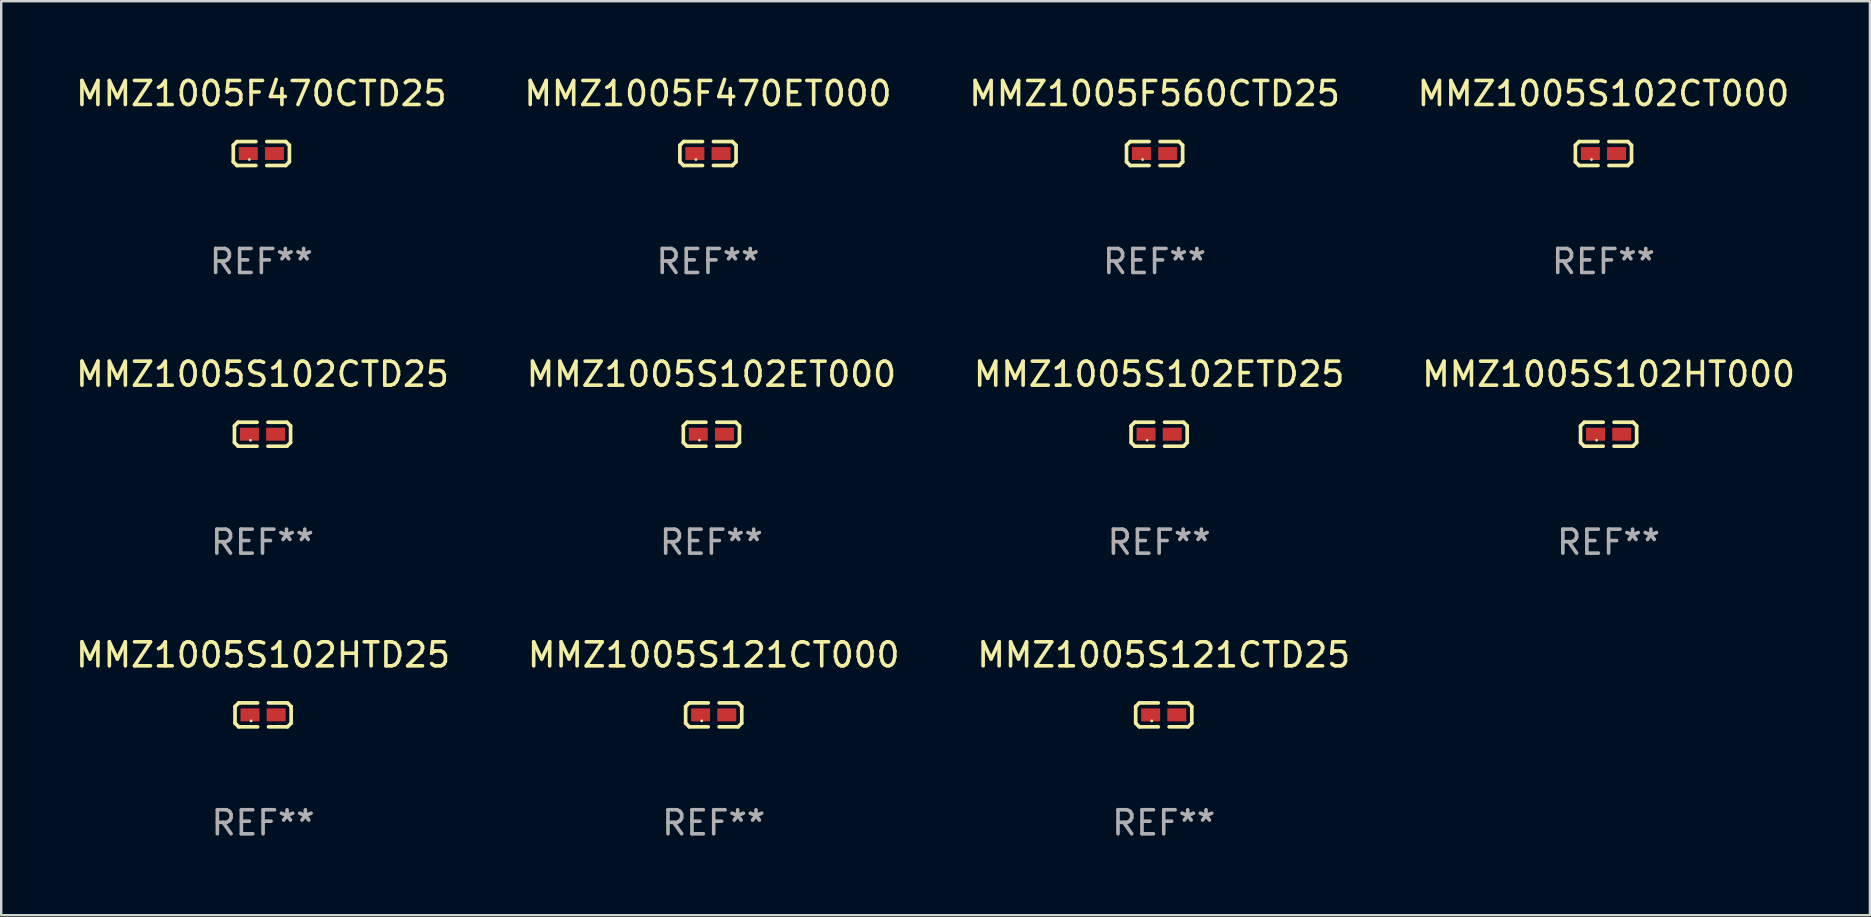
<source format=kicad_pcb>
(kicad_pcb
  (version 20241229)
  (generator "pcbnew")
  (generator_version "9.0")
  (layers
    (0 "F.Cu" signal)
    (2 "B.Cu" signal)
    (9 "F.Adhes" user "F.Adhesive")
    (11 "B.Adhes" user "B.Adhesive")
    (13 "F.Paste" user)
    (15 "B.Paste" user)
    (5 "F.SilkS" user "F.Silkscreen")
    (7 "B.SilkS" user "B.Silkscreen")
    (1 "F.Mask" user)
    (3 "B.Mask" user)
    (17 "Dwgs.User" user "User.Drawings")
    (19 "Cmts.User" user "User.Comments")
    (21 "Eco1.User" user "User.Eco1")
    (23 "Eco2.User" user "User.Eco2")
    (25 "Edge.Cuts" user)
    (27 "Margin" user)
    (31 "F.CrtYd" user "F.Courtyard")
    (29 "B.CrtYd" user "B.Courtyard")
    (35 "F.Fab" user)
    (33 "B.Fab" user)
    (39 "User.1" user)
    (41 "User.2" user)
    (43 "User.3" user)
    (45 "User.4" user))
  (footprint "MMZ1005S102CTD25"
    (layer "F.Cu")
    (at 7.887 15.041)
    (property "Reference" "MMZ1005S102CTD25" (at 0 -2.499 0) (layer "F.SilkS") (effects (font (size 1 1) (thickness 0.15))))
    (attr through_hole)
    (fp_line (start -1.169 -0.346) (end -1.016 -0.499) (stroke (width 0.152) (type solid)) (layer "F.SilkS"))
    (fp_line (start -1.169 0.346) (end -1.169 -0.346) (stroke (width 0.152) (type solid)) (layer "F.SilkS"))
    (fp_line (start -1.016 -0.499) (end -0.226 -0.499) (stroke (width 0.152) (type solid)) (layer "F.SilkS"))
    (fp_line (start -1.016 0.499) (end -1.169 0.346) (stroke (width 0.152) (type solid)) (layer "F.SilkS"))
    (fp_line (start -0.226 0.499) (end -1.016 0.499) (stroke (width 0.152) (type solid)) (layer "F.SilkS"))
    (fp_line (start 0.226 0.499) (end 1.016 0.499) (stroke (width 0.152) (type solid)) (layer "F.SilkS"))
    (fp_line (start 1.016 -0.499) (end 0.226 -0.499) (stroke (width 0.152) (type solid)) (layer "F.SilkS"))
    (fp_line (start 1.016 0.499) (end 1.169 0.346) (stroke (width 0.152) (type solid)) (layer "F.SilkS"))
    (fp_line (start 1.169 -0.346) (end 1.016 -0.499) (stroke (width 0.152) (type solid)) (layer "F.SilkS"))
    (fp_line (start 1.169 0.346) (end 1.169 -0.346) (stroke (width 0.152) (type solid)) (layer "F.SilkS"))
    (fp_circle (center -0.5 0.25) (end -0.47 0.25) (stroke (width 0.06) (type solid)) (fill no) (layer "F.SilkS"))
    (fp_text user "REF**" (at 0 4.499 0) (layer "F.Fab") (effects (font (size 1 1) (thickness 0.15))))
    (pad "1" smd rect (at -0.545 0) (size 0.79 0.54) (layers "F.Cu" "F.Mask" "F.Paste"))
    (pad "2" smd rect (at 0.545 0) (size 0.79 0.54) (layers "F.Cu" "F.Mask" "F.Paste")))
  (footprint "MMZ1005S121CT000"
    (layer "F.Cu")
    (at 26.685 26.734)
    (property "Reference" "MMZ1005S121CT000" (at 0 -2.499 0) (layer "F.SilkS") (effects (font (size 1 1) (thickness 0.15))))
    (attr through_hole)
    (fp_line (start -1.169 -0.346) (end -1.016 -0.499) (stroke (width 0.152) (type solid)) (layer "F.SilkS"))
    (fp_line (start -1.169 0.346) (end -1.169 -0.346) (stroke (width 0.152) (type solid)) (layer "F.SilkS"))
    (fp_line (start -1.016 -0.499) (end -0.226 -0.499) (stroke (width 0.152) (type solid)) (layer "F.SilkS"))
    (fp_line (start -1.016 0.499) (end -1.169 0.346) (stroke (width 0.152) (type solid)) (layer "F.SilkS"))
    (fp_line (start -0.226 0.499) (end -1.016 0.499) (stroke (width 0.152) (type solid)) (layer "F.SilkS"))
    (fp_line (start 0.226 0.499) (end 1.016 0.499) (stroke (width 0.152) (type solid)) (layer "F.SilkS"))
    (fp_line (start 1.016 -0.499) (end 0.226 -0.499) (stroke (width 0.152) (type solid)) (layer "F.SilkS"))
    (fp_line (start 1.016 0.499) (end 1.169 0.346) (stroke (width 0.152) (type solid)) (layer "F.SilkS"))
    (fp_line (start 1.169 -0.346) (end 1.016 -0.499) (stroke (width 0.152) (type solid)) (layer "F.SilkS"))
    (fp_line (start 1.169 0.346) (end 1.169 -0.346) (stroke (width 0.152) (type solid)) (layer "F.SilkS"))
    (fp_circle (center -0.5 0.25) (end -0.47 0.25) (stroke (width 0.06) (type solid)) (fill no) (layer "F.SilkS"))
    (fp_text user "REF**" (at 0 4.499 0) (layer "F.Fab") (effects (font (size 1 1) (thickness 0.15))))
    (pad "1" smd rect (at -0.545 0) (size 0.79 0.54) (layers "F.Cu" "F.Mask" "F.Paste"))
    (pad "2" smd rect (at 0.545 0) (size 0.79 0.54) (layers "F.Cu" "F.Mask" "F.Paste")))
  (footprint "MMZ1005S121CTD25"
    (layer "F.Cu")
    (at 45.435 26.734)
    (property "Reference" "MMZ1005S121CTD25" (at 0 -2.499 0) (layer "F.SilkS") (effects (font (size 1 1) (thickness 0.15))))
    (attr through_hole)
    (fp_line (start -1.169 -0.346) (end -1.016 -0.499) (stroke (width 0.152) (type solid)) (layer "F.SilkS"))
    (fp_line (start -1.169 0.346) (end -1.169 -0.346) (stroke (width 0.152) (type solid)) (layer "F.SilkS"))
    (fp_line (start -1.016 -0.499) (end -0.226 -0.499) (stroke (width 0.152) (type solid)) (layer "F.SilkS"))
    (fp_line (start -1.016 0.499) (end -1.169 0.346) (stroke (width 0.152) (type solid)) (layer "F.SilkS"))
    (fp_line (start -0.226 0.499) (end -1.016 0.499) (stroke (width 0.152) (type solid)) (layer "F.SilkS"))
    (fp_line (start 0.226 0.499) (end 1.016 0.499) (stroke (width 0.152) (type solid)) (layer "F.SilkS"))
    (fp_line (start 1.016 -0.499) (end 0.226 -0.499) (stroke (width 0.152) (type solid)) (layer "F.SilkS"))
    (fp_line (start 1.016 0.499) (end 1.169 0.346) (stroke (width 0.152) (type solid)) (layer "F.SilkS"))
    (fp_line (start 1.169 -0.346) (end 1.016 -0.499) (stroke (width 0.152) (type solid)) (layer "F.SilkS"))
    (fp_line (start 1.169 0.346) (end 1.169 -0.346) (stroke (width 0.152) (type solid)) (layer "F.SilkS"))
    (fp_circle (center -0.5 0.25) (end -0.47 0.25) (stroke (width 0.06) (type solid)) (fill no) (layer "F.SilkS"))
    (fp_text user "REF**" (at 0 4.499 0) (layer "F.Fab") (effects (font (size 1 1) (thickness 0.15))))
    (pad "1" smd rect (at -0.545 0) (size 0.79 0.54) (layers "F.Cu" "F.Mask" "F.Paste"))
    (pad "2" smd rect (at 0.545 0) (size 0.79 0.54) (layers "F.Cu" "F.Mask" "F.Paste")))
  (footprint "MMZ1005S102HTD25"
    (layer "F.Cu")
    (at 7.911 26.734)
    (property "Reference" "MMZ1005S102HTD25" (at 0 -2.499 0) (layer "F.SilkS") (effects (font (size 1 1) (thickness 0.15))))
    (attr through_hole)
    (fp_line (start -1.169 -0.346) (end -1.016 -0.499) (stroke (width 0.152) (type solid)) (layer "F.SilkS"))
    (fp_line (start -1.169 0.346) (end -1.169 -0.346) (stroke (width 0.152) (type solid)) (layer "F.SilkS"))
    (fp_line (start -1.016 -0.499) (end -0.226 -0.499) (stroke (width 0.152) (type solid)) (layer "F.SilkS"))
    (fp_line (start -1.016 0.499) (end -1.169 0.346) (stroke (width 0.152) (type solid)) (layer "F.SilkS"))
    (fp_line (start -0.226 0.499) (end -1.016 0.499) (stroke (width 0.152) (type solid)) (layer "F.SilkS"))
    (fp_line (start 0.226 0.499) (end 1.016 0.499) (stroke (width 0.152) (type solid)) (layer "F.SilkS"))
    (fp_line (start 1.016 -0.499) (end 0.226 -0.499) (stroke (width 0.152) (type solid)) (layer "F.SilkS"))
    (fp_line (start 1.016 0.499) (end 1.169 0.346) (stroke (width 0.152) (type solid)) (layer "F.SilkS"))
    (fp_line (start 1.169 -0.346) (end 1.016 -0.499) (stroke (width 0.152) (type solid)) (layer "F.SilkS"))
    (fp_line (start 1.169 0.346) (end 1.169 -0.346) (stroke (width 0.152) (type solid)) (layer "F.SilkS"))
    (fp_circle (center -0.5 0.25) (end -0.47 0.25) (stroke (width 0.06) (type solid)) (fill no) (layer "F.SilkS"))
    (fp_text user "REF**" (at 0 4.499 0) (layer "F.Fab") (effects (font (size 1 1) (thickness 0.15))))
    (pad "1" smd rect (at -0.545 0) (size 0.79 0.54) (layers "F.Cu" "F.Mask" "F.Paste"))
    (pad "2" smd rect (at 0.545 0) (size 0.79 0.54) (layers "F.Cu" "F.Mask" "F.Paste")))
  (footprint "MMZ1005S102CT000"
    (layer "F.Cu")
    (at 63.756 3.347)
    (property "Reference" "MMZ1005S102CT000" (at 0 -2.499 0) (layer "F.SilkS") (effects (font (size 1 1) (thickness 0.15))))
    (attr through_hole)
    (fp_line (start -1.169 -0.346) (end -1.016 -0.499) (stroke (width 0.152) (type solid)) (layer "F.SilkS"))
    (fp_line (start -1.169 0.346) (end -1.169 -0.346) (stroke (width 0.152) (type solid)) (layer "F.SilkS"))
    (fp_line (start -1.016 -0.499) (end -0.226 -0.499) (stroke (width 0.152) (type solid)) (layer "F.SilkS"))
    (fp_line (start -1.016 0.499) (end -1.169 0.346) (stroke (width 0.152) (type solid)) (layer "F.SilkS"))
    (fp_line (start -0.226 0.499) (end -1.016 0.499) (stroke (width 0.152) (type solid)) (layer "F.SilkS"))
    (fp_line (start 0.226 0.499) (end 1.016 0.499) (stroke (width 0.152) (type solid)) (layer "F.SilkS"))
    (fp_line (start 1.016 -0.499) (end 0.226 -0.499) (stroke (width 0.152) (type solid)) (layer "F.SilkS"))
    (fp_line (start 1.016 0.499) (end 1.169 0.346) (stroke (width 0.152) (type solid)) (layer "F.SilkS"))
    (fp_line (start 1.169 -0.346) (end 1.016 -0.499) (stroke (width 0.152) (type solid)) (layer "F.SilkS"))
    (fp_line (start 1.169 0.346) (end 1.169 -0.346) (stroke (width 0.152) (type solid)) (layer "F.SilkS"))
    (fp_circle (center -0.5 0.25) (end -0.47 0.25) (stroke (width 0.06) (type solid)) (fill no) (layer "F.SilkS"))
    (fp_text user "REF**" (at 0 4.499 0) (layer "F.Fab") (effects (font (size 1 1) (thickness 0.15))))
    (pad "1" smd rect (at -0.545 0) (size 0.79 0.54) (layers "F.Cu" "F.Mask" "F.Paste"))
    (pad "2" smd rect (at 0.545 0) (size 0.79 0.54) (layers "F.Cu" "F.Mask" "F.Paste")))
  (footprint "MMZ1005F560CTD25"
    (layer "F.Cu")
    (at 45.054 3.347)
    (property "Reference" "MMZ1005F560CTD25" (at 0 -2.499 0) (layer "F.SilkS") (effects (font (size 1 1) (thickness 0.15))))
    (attr through_hole)
    (fp_line (start -1.169 -0.346) (end -1.016 -0.499) (stroke (width 0.152) (type solid)) (layer "F.SilkS"))
    (fp_line (start -1.169 0.346) (end -1.169 -0.346) (stroke (width 0.152) (type solid)) (layer "F.SilkS"))
    (fp_line (start -1.016 -0.499) (end -0.226 -0.499) (stroke (width 0.152) (type solid)) (layer "F.SilkS"))
    (fp_line (start -1.016 0.499) (end -1.169 0.346) (stroke (width 0.152) (type solid)) (layer "F.SilkS"))
    (fp_line (start -0.226 0.499) (end -1.016 0.499) (stroke (width 0.152) (type solid)) (layer "F.SilkS"))
    (fp_line (start 0.226 0.499) (end 1.016 0.499) (stroke (width 0.152) (type solid)) (layer "F.SilkS"))
    (fp_line (start 1.016 -0.499) (end 0.226 -0.499) (stroke (width 0.152) (type solid)) (layer "F.SilkS"))
    (fp_line (start 1.016 0.499) (end 1.169 0.346) (stroke (width 0.152) (type solid)) (layer "F.SilkS"))
    (fp_line (start 1.169 -0.346) (end 1.016 -0.499) (stroke (width 0.152) (type solid)) (layer "F.SilkS"))
    (fp_line (start 1.169 0.346) (end 1.169 -0.346) (stroke (width 0.152) (type solid)) (layer "F.SilkS"))
    (fp_circle (center -0.5 0.25) (end -0.47 0.25) (stroke (width 0.06) (type solid)) (fill no) (layer "F.SilkS"))
    (fp_text user "REF**" (at 0 4.499 0) (layer "F.Fab") (effects (font (size 1 1) (thickness 0.15))))
    (pad "1" smd rect (at -0.545 0) (size 0.79 0.54) (layers "F.Cu" "F.Mask" "F.Paste"))
    (pad "2" smd rect (at 0.545 0) (size 0.79 0.54) (layers "F.Cu" "F.Mask" "F.Paste")))
  (footprint "MMZ1005S102ETD25"
    (layer "F.Cu")
    (at 45.244 15.041)
    (property "Reference" "MMZ1005S102ETD25" (at 0 -2.499 0) (layer "F.SilkS") (effects (font (size 1 1) (thickness 0.15))))
    (attr through_hole)
    (fp_line (start -1.169 -0.346) (end -1.016 -0.499) (stroke (width 0.152) (type solid)) (layer "F.SilkS"))
    (fp_line (start -1.169 0.346) (end -1.169 -0.346) (stroke (width 0.152) (type solid)) (layer "F.SilkS"))
    (fp_line (start -1.016 -0.499) (end -0.226 -0.499) (stroke (width 0.152) (type solid)) (layer "F.SilkS"))
    (fp_line (start -1.016 0.499) (end -1.169 0.346) (stroke (width 0.152) (type solid)) (layer "F.SilkS"))
    (fp_line (start -0.226 0.499) (end -1.016 0.499) (stroke (width 0.152) (type solid)) (layer "F.SilkS"))
    (fp_line (start 0.226 0.499) (end 1.016 0.499) (stroke (width 0.152) (type solid)) (layer "F.SilkS"))
    (fp_line (start 1.016 -0.499) (end 0.226 -0.499) (stroke (width 0.152) (type solid)) (layer "F.SilkS"))
    (fp_line (start 1.016 0.499) (end 1.169 0.346) (stroke (width 0.152) (type solid)) (layer "F.SilkS"))
    (fp_line (start 1.169 -0.346) (end 1.016 -0.499) (stroke (width 0.152) (type solid)) (layer "F.SilkS"))
    (fp_line (start 1.169 0.346) (end 1.169 -0.346) (stroke (width 0.152) (type solid)) (layer "F.SilkS"))
    (fp_circle (center -0.5 0.25) (end -0.47 0.25) (stroke (width 0.06) (type solid)) (fill no) (layer "F.SilkS"))
    (fp_text user "REF**" (at 0 4.499 0) (layer "F.Fab") (effects (font (size 1 1) (thickness 0.15))))
    (pad "1" smd rect (at -0.545 0) (size 0.79 0.54) (layers "F.Cu" "F.Mask" "F.Paste"))
    (pad "2" smd rect (at 0.545 0) (size 0.79 0.54) (layers "F.Cu" "F.Mask" "F.Paste")))
  (footprint "MMZ1005F470CTD25"
    (layer "F.Cu")
    (at 7.839 3.347)
    (property "Reference" "MMZ1005F470CTD25" (at 0 -2.499 0) (layer "F.SilkS") (effects (font (size 1 1) (thickness 0.15))))
    (attr through_hole)
    (fp_line (start -1.169 -0.346) (end -1.016 -0.499) (stroke (width 0.152) (type solid)) (layer "F.SilkS"))
    (fp_line (start -1.169 0.346) (end -1.169 -0.346) (stroke (width 0.152) (type solid)) (layer "F.SilkS"))
    (fp_line (start -1.016 -0.499) (end -0.226 -0.499) (stroke (width 0.152) (type solid)) (layer "F.SilkS"))
    (fp_line (start -1.016 0.499) (end -1.169 0.346) (stroke (width 0.152) (type solid)) (layer "F.SilkS"))
    (fp_line (start -0.226 0.499) (end -1.016 0.499) (stroke (width 0.152) (type solid)) (layer "F.SilkS"))
    (fp_line (start 0.226 0.499) (end 1.016 0.499) (stroke (width 0.152) (type solid)) (layer "F.SilkS"))
    (fp_line (start 1.016 -0.499) (end 0.226 -0.499) (stroke (width 0.152) (type solid)) (layer "F.SilkS"))
    (fp_line (start 1.016 0.499) (end 1.169 0.346) (stroke (width 0.152) (type solid)) (layer "F.SilkS"))
    (fp_line (start 1.169 -0.346) (end 1.016 -0.499) (stroke (width 0.152) (type solid)) (layer "F.SilkS"))
    (fp_line (start 1.169 0.346) (end 1.169 -0.346) (stroke (width 0.152) (type solid)) (layer "F.SilkS"))
    (fp_circle (center -0.5 0.25) (end -0.47 0.25) (stroke (width 0.06) (type solid)) (fill no) (layer "F.SilkS"))
    (fp_text user "REF**" (at 0 4.499 0) (layer "F.Fab") (effects (font (size 1 1) (thickness 0.15))))
    (pad "1" smd rect (at -0.545 0) (size 0.79 0.54) (layers "F.Cu" "F.Mask" "F.Paste"))
    (pad "2" smd rect (at 0.545 0) (size 0.79 0.54) (layers "F.Cu" "F.Mask" "F.Paste")))
  (footprint "MMZ1005S102ET000"
    (layer "F.Cu")
    (at 26.589 15.041)
    (property "Reference" "MMZ1005S102ET000" (at 0 -2.499 0) (layer "F.SilkS") (effects (font (size 1 1) (thickness 0.15))))
    (attr through_hole)
    (fp_line (start -1.169 -0.346) (end -1.016 -0.499) (stroke (width 0.152) (type solid)) (layer "F.SilkS"))
    (fp_line (start -1.169 0.346) (end -1.169 -0.346) (stroke (width 0.152) (type solid)) (layer "F.SilkS"))
    (fp_line (start -1.016 -0.499) (end -0.226 -0.499) (stroke (width 0.152) (type solid)) (layer "F.SilkS"))
    (fp_line (start -1.016 0.499) (end -1.169 0.346) (stroke (width 0.152) (type solid)) (layer "F.SilkS"))
    (fp_line (start -0.226 0.499) (end -1.016 0.499) (stroke (width 0.152) (type solid)) (layer "F.SilkS"))
    (fp_line (start 0.226 0.499) (end 1.016 0.499) (stroke (width 0.152) (type solid)) (layer "F.SilkS"))
    (fp_line (start 1.016 -0.499) (end 0.226 -0.499) (stroke (width 0.152) (type solid)) (layer "F.SilkS"))
    (fp_line (start 1.016 0.499) (end 1.169 0.346) (stroke (width 0.152) (type solid)) (layer "F.SilkS"))
    (fp_line (start 1.169 -0.346) (end 1.016 -0.499) (stroke (width 0.152) (type solid)) (layer "F.SilkS"))
    (fp_line (start 1.169 0.346) (end 1.169 -0.346) (stroke (width 0.152) (type solid)) (layer "F.SilkS"))
    (fp_circle (center -0.5 0.25) (end -0.47 0.25) (stroke (width 0.06) (type solid)) (fill no) (layer "F.SilkS"))
    (fp_text user "REF**" (at 0 4.499 0) (layer "F.Fab") (effects (font (size 1 1) (thickness 0.15))))
    (pad "1" smd rect (at -0.545 0) (size 0.79 0.54) (layers "F.Cu" "F.Mask" "F.Paste"))
    (pad "2" smd rect (at 0.545 0) (size 0.79 0.54) (layers "F.Cu" "F.Mask" "F.Paste")))
  (footprint "MMZ1005S102HT000"
    (layer "F.Cu")
    (at 63.97 15.041)
    (property "Reference" "MMZ1005S102HT000" (at 0 -2.499 0) (layer "F.SilkS") (effects (font (size 1 1) (thickness 0.15))))
    (attr through_hole)
    (fp_line (start -1.169 -0.346) (end -1.016 -0.499) (stroke (width 0.152) (type solid)) (layer "F.SilkS"))
    (fp_line (start -1.169 0.346) (end -1.169 -0.346) (stroke (width 0.152) (type solid)) (layer "F.SilkS"))
    (fp_line (start -1.016 -0.499) (end -0.226 -0.499) (stroke (width 0.152) (type solid)) (layer "F.SilkS"))
    (fp_line (start -1.016 0.499) (end -1.169 0.346) (stroke (width 0.152) (type solid)) (layer "F.SilkS"))
    (fp_line (start -0.226 0.499) (end -1.016 0.499) (stroke (width 0.152) (type solid)) (layer "F.SilkS"))
    (fp_line (start 0.226 0.499) (end 1.016 0.499) (stroke (width 0.152) (type solid)) (layer "F.SilkS"))
    (fp_line (start 1.016 -0.499) (end 0.226 -0.499) (stroke (width 0.152) (type solid)) (layer "F.SilkS"))
    (fp_line (start 1.016 0.499) (end 1.169 0.346) (stroke (width 0.152) (type solid)) (layer "F.SilkS"))
    (fp_line (start 1.169 -0.346) (end 1.016 -0.499) (stroke (width 0.152) (type solid)) (layer "F.SilkS"))
    (fp_line (start 1.169 0.346) (end 1.169 -0.346) (stroke (width 0.152) (type solid)) (layer "F.SilkS"))
    (fp_circle (center -0.5 0.25) (end -0.47 0.25) (stroke (width 0.06) (type solid)) (fill no) (layer "F.SilkS"))
    (fp_text user "REF**" (at 0 4.499 0) (layer "F.Fab") (effects (font (size 1 1) (thickness 0.15))))
    (pad "1" smd rect (at -0.545 0) (size 0.79 0.54) (layers "F.Cu" "F.Mask" "F.Paste"))
    (pad "2" smd rect (at 0.545 0) (size 0.79 0.54) (layers "F.Cu" "F.Mask" "F.Paste")))
  (footprint "MMZ1005F470ET000"
    (layer "F.Cu")
    (at 26.446 3.347)
    (property "Reference" "MMZ1005F470ET000" (at 0 -2.499 0) (layer "F.SilkS") (effects (font (size 1 1) (thickness 0.15))))
    (attr through_hole)
    (fp_line (start -1.169 -0.346) (end -1.016 -0.499) (stroke (width 0.152) (type solid)) (layer "F.SilkS"))
    (fp_line (start -1.169 0.346) (end -1.169 -0.346) (stroke (width 0.152) (type solid)) (layer "F.SilkS"))
    (fp_line (start -1.016 -0.499) (end -0.226 -0.499) (stroke (width 0.152) (type solid)) (layer "F.SilkS"))
    (fp_line (start -1.016 0.499) (end -1.169 0.346) (stroke (width 0.152) (type solid)) (layer "F.SilkS"))
    (fp_line (start -0.226 0.499) (end -1.016 0.499) (stroke (width 0.152) (type solid)) (layer "F.SilkS"))
    (fp_line (start 0.226 0.499) (end 1.016 0.499) (stroke (width 0.152) (type solid)) (layer "F.SilkS"))
    (fp_line (start 1.016 -0.499) (end 0.226 -0.499) (stroke (width 0.152) (type solid)) (layer "F.SilkS"))
    (fp_line (start 1.016 0.499) (end 1.169 0.346) (stroke (width 0.152) (type solid)) (layer "F.SilkS"))
    (fp_line (start 1.169 -0.346) (end 1.016 -0.499) (stroke (width 0.152) (type solid)) (layer "F.SilkS"))
    (fp_line (start 1.169 0.346) (end 1.169 -0.346) (stroke (width 0.152) (type solid)) (layer "F.SilkS"))
    (fp_circle (center -0.5 0.25) (end -0.47 0.25) (stroke (width 0.06) (type solid)) (fill no) (layer "F.SilkS"))
    (fp_text user "REF**" (at 0 4.499 0) (layer "F.Fab") (effects (font (size 1 1) (thickness 0.15))))
    (pad "1" smd rect (at -0.545 0) (size 0.79 0.54) (layers "F.Cu" "F.Mask" "F.Paste"))
    (pad "2" smd rect (at 0.545 0) (size 0.79 0.54) (layers "F.Cu" "F.Mask" "F.Paste")))
  (gr_rect
    (start -3 -3)
    (end 74.857 35.081)
    (stroke (width 0.1) (type default))
    (fill no)
    (layer "Edge.Cuts")))
</source>
